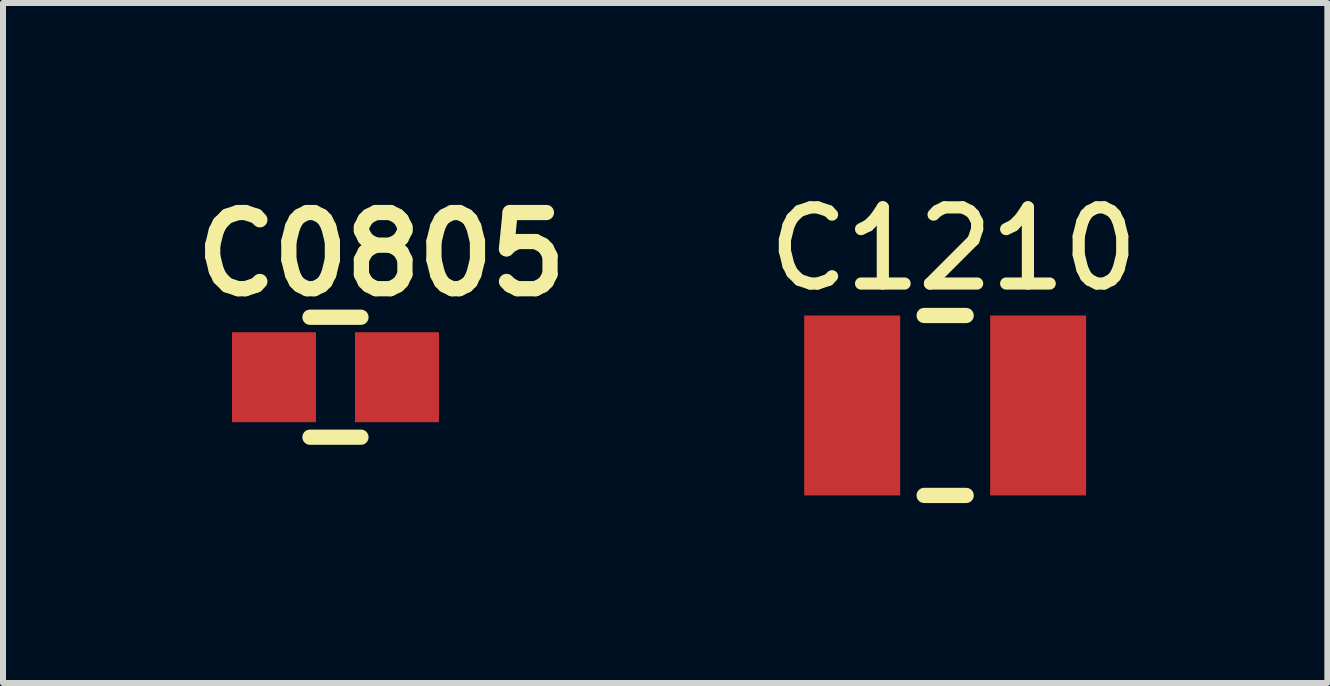
<source format=kicad_pcb>
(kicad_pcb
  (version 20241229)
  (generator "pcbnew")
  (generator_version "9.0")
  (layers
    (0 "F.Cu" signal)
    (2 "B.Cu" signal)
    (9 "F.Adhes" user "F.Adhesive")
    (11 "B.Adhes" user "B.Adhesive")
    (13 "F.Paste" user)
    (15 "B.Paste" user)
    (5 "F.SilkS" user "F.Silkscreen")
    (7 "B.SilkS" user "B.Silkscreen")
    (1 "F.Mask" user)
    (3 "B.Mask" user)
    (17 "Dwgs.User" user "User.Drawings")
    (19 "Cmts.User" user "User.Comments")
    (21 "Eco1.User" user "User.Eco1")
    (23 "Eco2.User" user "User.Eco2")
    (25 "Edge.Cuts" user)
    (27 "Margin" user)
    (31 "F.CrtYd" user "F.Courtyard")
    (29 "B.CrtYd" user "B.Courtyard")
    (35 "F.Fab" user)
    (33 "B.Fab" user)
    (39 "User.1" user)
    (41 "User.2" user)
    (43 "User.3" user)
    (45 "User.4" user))
  (footprint "C1210"
    (layer "F.Cu")
    (at 11.158 3.71)
    (property "Reference" "C1210" (at 1.69 -2.61 0) (layer "F.SilkS") (effects (font (size 1.27 1.27) (thickness 0.203))))
    (attr through_hole)
    (fp_line (start 1.2 -1.5) (end 1.9 -1.5) (stroke (width 0.254) (type solid)) (layer "F.SilkS"))
    (fp_line (start 1.2 1.5) (end 1.9 1.5) (stroke (width 0.254) (type solid)) (layer "F.SilkS"))
    (pad "1" smd rect (at 0 0) (size 1.6 3) (layers "F.Cu" "F.Mask" "F.Paste"))
    (pad "2" smd rect (at 3.1 0) (size 1.6 3) (layers "F.Cu" "F.Mask" "F.Paste")))
  (footprint "C0805"
    (layer "F.Cu")
    (at 1.518 3.239)
    (property "Reference" "C0805" (at 1.79 -2.05 0) (layer "F.SilkS") (effects (font (size 1.27 1.27) (thickness 0.254))))
    (attr through_hole)
    (fp_line (start 0.6 -1) (end 1.45 -1) (stroke (width 0.254) (type solid)) (layer "F.SilkS"))
    (fp_line (start 0.6 1) (end 1.45 1) (stroke (width 0.254) (type solid)) (layer "F.SilkS"))
    (pad "1" smd rect (at 0 0) (size 1.4 1.5) (layers "F.Cu" "F.Mask" "F.Paste"))
    (pad "2" smd rect (at 2.05 0) (size 1.4 1.5) (layers "F.Cu" "F.Mask" "F.Paste")))
  (gr_rect
    (start -3 -3)
    (end 19.08 8.337)
    (stroke (width 0.1) (type default))
    (fill no)
    (layer "Edge.Cuts")))
</source>
